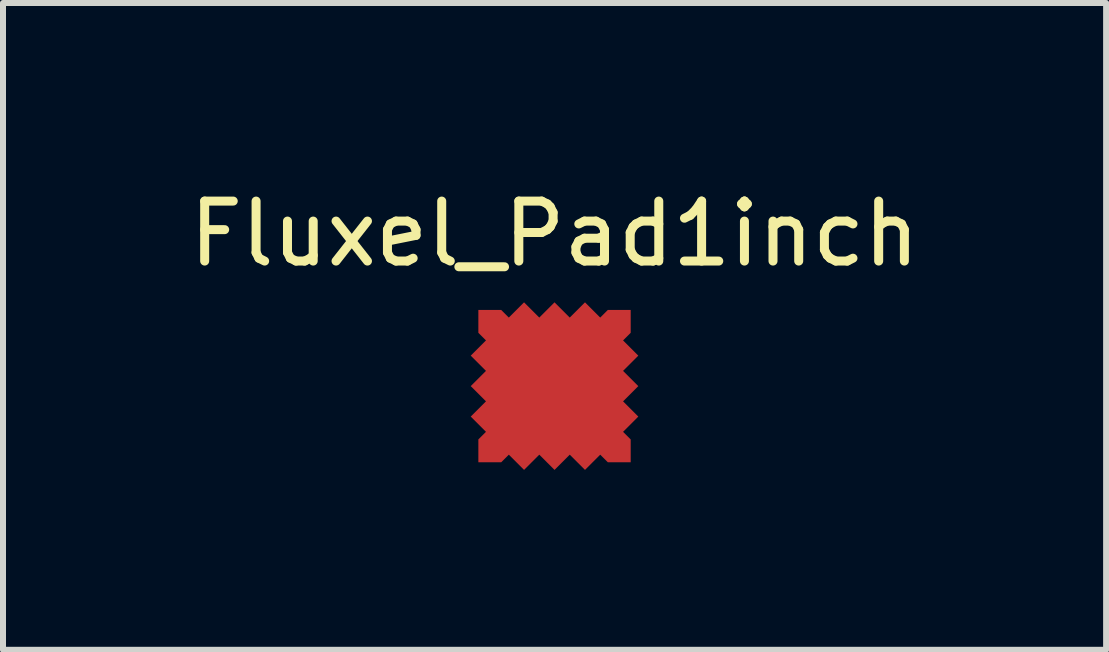
<source format=kicad_pcb>
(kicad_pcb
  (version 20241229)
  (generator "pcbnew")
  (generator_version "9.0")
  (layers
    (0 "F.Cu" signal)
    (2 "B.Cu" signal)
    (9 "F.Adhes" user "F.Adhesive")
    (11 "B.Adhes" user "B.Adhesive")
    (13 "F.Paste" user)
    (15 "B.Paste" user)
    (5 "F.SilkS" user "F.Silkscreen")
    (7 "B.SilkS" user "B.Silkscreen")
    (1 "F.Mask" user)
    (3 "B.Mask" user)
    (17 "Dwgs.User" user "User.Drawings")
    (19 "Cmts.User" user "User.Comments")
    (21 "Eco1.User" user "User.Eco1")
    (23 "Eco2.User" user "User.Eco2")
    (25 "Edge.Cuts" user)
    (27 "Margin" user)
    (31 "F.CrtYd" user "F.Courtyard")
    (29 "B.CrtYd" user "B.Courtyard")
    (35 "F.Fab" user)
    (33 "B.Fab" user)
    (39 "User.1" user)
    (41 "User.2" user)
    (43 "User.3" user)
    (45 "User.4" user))
  (footprint "Fluxel_Pad1inch"
    (layer "F.Cu")
    (at 6.196 3.388)
    (property "Reference" "Fluxel_Pad1inch" (at 0 -2.54 0) (layer "F.SilkS") (effects (font (size 1 1) (thickness 0.15))))
    (attr through_hole)
    (pad "1" smd custom (at 0 0) (size 1.524 1.524) (layers "F.Cu" "F.Mask" "F.Paste") (options (anchor rect)) (primitives (gr_poly (pts (xy -1.27 -1.27) (xy -0.889 -1.27) (xy -0.762 -1.143) (xy -0.508 -1.397) (xy -0.254 -1.143) (xy 0 -1.397) (xy 0.254 -1.143) (xy 0.508 -1.397) (xy 0.762 -1.143) (xy 0.889 -1.27) (xy 1.27 -1.27) (xy 1.27 -0.889) (xy 1.143 -0.762) (xy 1.397 -0.508) (xy 1.143 -0.254) (xy 1.397 0) (xy 1.143 0.254) (xy 1.397 0.508) (xy 1.143 0.762) (xy 1.27 0.889) (xy 1.27 1.27) (xy 0.889 1.27) (xy 0.762 1.143) (xy 0.508 1.397) (xy 0.254 1.143) (xy 0 1.397) (xy -0.254 1.143) (xy -0.508 1.397) (xy -0.762 1.143) (xy -0.889 1.27) (xy -1.27 1.27) (xy -1.27 0.889) (xy -1.143 0.762) (xy -1.397 0.508) (xy -1.143 0.254) (xy -1.397 0) (xy -1.143 -0.254) (xy -1.397 -0.508) (xy -1.143 -0.762) (xy -1.27 -0.889)) (width 0) (fill yes)) (gr_circle (center 0 0) (end 0.508 0) (width 0) (fill yes)))))
  (gr_rect
    (start -3 -3)
    (end 15.393 7.785)
    (stroke (width 0.1) (type default))
    (fill no)
    (layer "Edge.Cuts")))
</source>
